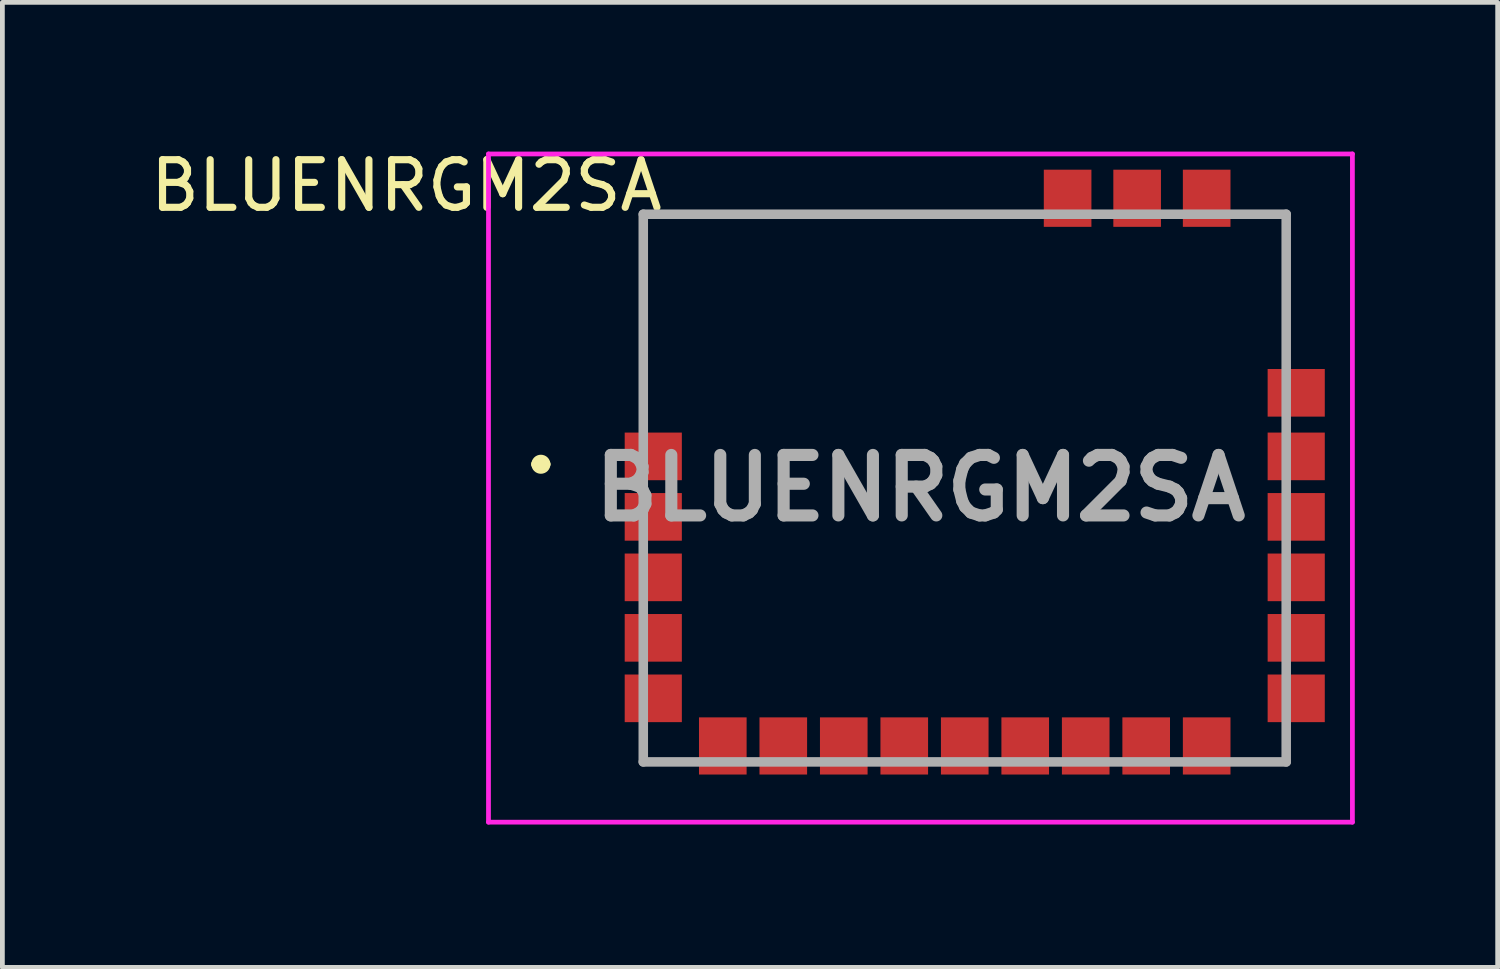
<source format=kicad_pcb>
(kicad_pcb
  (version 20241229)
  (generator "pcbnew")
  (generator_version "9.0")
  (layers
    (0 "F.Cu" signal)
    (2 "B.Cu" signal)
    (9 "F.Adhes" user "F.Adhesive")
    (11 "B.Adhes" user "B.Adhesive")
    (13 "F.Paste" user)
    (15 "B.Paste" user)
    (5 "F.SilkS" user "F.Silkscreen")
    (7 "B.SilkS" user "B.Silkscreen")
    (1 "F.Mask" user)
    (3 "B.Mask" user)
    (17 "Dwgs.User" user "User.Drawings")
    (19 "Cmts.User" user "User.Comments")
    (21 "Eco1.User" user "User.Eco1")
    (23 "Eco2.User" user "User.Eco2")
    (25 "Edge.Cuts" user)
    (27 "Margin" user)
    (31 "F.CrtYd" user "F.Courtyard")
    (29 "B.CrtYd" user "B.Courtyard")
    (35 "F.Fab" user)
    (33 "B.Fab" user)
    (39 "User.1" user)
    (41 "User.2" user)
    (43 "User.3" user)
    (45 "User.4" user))
  (footprint "BLUENRGM2SA"
    (layer "F.Cu")
    (at 16.277 7.198)
    (property "Reference" "BLUENRGM2SA" (at -10.795 -6.35 0) (layer "F.SilkS") (effects (font (size 1 1) (thickness 0.15))))
    (attr smd)
    (fp_line (start -8.07 -0.5) (end -8.07 -0.5) (stroke (width 0.2) (type solid)) (layer "F.SilkS"))
    (fp_line (start -7.87 -0.5) (end -7.87 -0.5) (stroke (width 0.2) (type solid)) (layer "F.SilkS"))
    (fp_line (start -5.82 -5.75) (end -5.82 -2) (stroke (width 0.1) (type solid)) (layer "F.SilkS"))
    (fp_line (start 1.93 -5.75) (end -5.82 -5.75) (stroke (width 0.1) (type solid)) (layer "F.SilkS"))
    (fp_arc (start -8.07 -0.5) (mid -7.97 -0.6) (end -7.87 -0.5) (stroke (width 0.2) (type solid)) (layer "F.SilkS"))
    (fp_arc (start -7.87 -0.5) (mid -7.97 -0.4) (end -8.07 -0.5) (stroke (width 0.2) (type solid)) (layer "F.SilkS"))
    (fp_line (start -9.07 -7.015) (end 9.07 -7.015) (stroke (width 0.1) (type solid)) (layer "F.CrtYd"))
    (fp_line (start -9.07 7.015) (end -9.07 -7.015) (stroke (width 0.1) (type solid)) (layer "F.CrtYd"))
    (fp_line (start 9.07 -7.015) (end 9.07 7.015) (stroke (width 0.1) (type solid)) (layer "F.CrtYd"))
    (fp_line (start 9.07 7.015) (end -9.07 7.015) (stroke (width 0.1) (type solid)) (layer "F.CrtYd"))
    (fp_line (start -5.82 -5.75) (end 7.68 -5.75) (stroke (width 0.2) (type solid)) (layer "F.Fab"))
    (fp_line (start -5.82 5.75) (end -5.82 -5.75) (stroke (width 0.2) (type solid)) (layer "F.Fab"))
    (fp_line (start 7.68 -5.75) (end 7.68 5.75) (stroke (width 0.2) (type solid)) (layer "F.Fab"))
    (fp_line (start 7.68 5.75) (end -5.82 5.75) (stroke (width 0.2) (type solid)) (layer "F.Fab"))
    (fp_text user "${REFERENCE}" (at 0 0 0) (layer "F.Fab") (effects (font (size 1.27 1.27) (thickness 0.254))))
    (pad "1" smd rect (at -5.61 -0.665 90) (size 1 1.2) (layers "F.Cu" "F.Mask" "F.Paste"))
    (pad "2" smd rect (at -5.61 0.605 90) (size 1 1.2) (layers "F.Cu" "F.Mask" "F.Paste"))
    (pad "3" smd rect (at -5.61 1.875 90) (size 1 1.2) (layers "F.Cu" "F.Mask" "F.Paste"))
    (pad "4" smd rect (at -5.61 3.145 90) (size 1 1.2) (layers "F.Cu" "F.Mask" "F.Paste"))
    (pad "5" smd rect (at -5.61 4.415 90) (size 1 1.2) (layers "F.Cu" "F.Mask" "F.Paste"))
    (pad "6" smd rect (at -4.15 5.415) (size 1 1.2) (layers "F.Cu" "F.Mask" "F.Paste"))
    (pad "7" smd rect (at -2.88 5.415) (size 1 1.2) (layers "F.Cu" "F.Mask" "F.Paste"))
    (pad "8" smd rect (at -1.61 5.415) (size 1 1.2) (layers "F.Cu" "F.Mask" "F.Paste"))
    (pad "9" smd rect (at -0.34 5.415) (size 1 1.2) (layers "F.Cu" "F.Mask" "F.Paste"))
    (pad "10" smd rect (at 0.93 5.415) (size 1 1.2) (layers "F.Cu" "F.Mask" "F.Paste"))
    (pad "11" smd rect (at 2.2 5.415) (size 1 1.2) (layers "F.Cu" "F.Mask" "F.Paste"))
    (pad "12" smd rect (at 3.47 5.415) (size 1 1.2) (layers "F.Cu" "F.Mask" "F.Paste"))
    (pad "13" smd rect (at 4.74 5.415) (size 1 1.2) (layers "F.Cu" "F.Mask" "F.Paste"))
    (pad "14" smd rect (at 6.01 5.415) (size 1 1.2) (layers "F.Cu" "F.Mask" "F.Paste"))
    (pad "15" smd rect (at 7.89 4.415 90) (size 1 1.2) (layers "F.Cu" "F.Mask" "F.Paste"))
    (pad "16" smd rect (at 7.89 3.145 90) (size 1 1.2) (layers "F.Cu" "F.Mask" "F.Paste"))
    (pad "17" smd rect (at 7.89 1.875 90) (size 1 1.2) (layers "F.Cu" "F.Mask" "F.Paste"))
    (pad "18" smd rect (at 7.89 0.605 90) (size 1 1.2) (layers "F.Cu" "F.Mask" "F.Paste"))
    (pad "19" smd rect (at 7.89 -0.665 90) (size 1 1.2) (layers "F.Cu" "F.Mask" "F.Paste"))
    (pad "20" smd rect (at 7.89 -2 90) (size 1 1.2) (layers "F.Cu" "F.Mask" "F.Paste"))
    (pad "21" smd rect (at 6.01 -6.085) (size 1 1.2) (layers "F.Cu" "F.Mask" "F.Paste"))
    (pad "22" smd rect (at 4.55 -6.085) (size 1 1.2) (layers "F.Cu" "F.Mask" "F.Paste"))
    (pad "23" smd rect (at 3.09 -6.085) (size 1 1.2) (layers "F.Cu" "F.Mask" "F.Paste")))
  (gr_rect
    (start -3 -3)
    (end 28.397 17.263)
    (stroke (width 0.1) (type default))
    (fill no)
    (layer "Edge.Cuts")))
</source>
